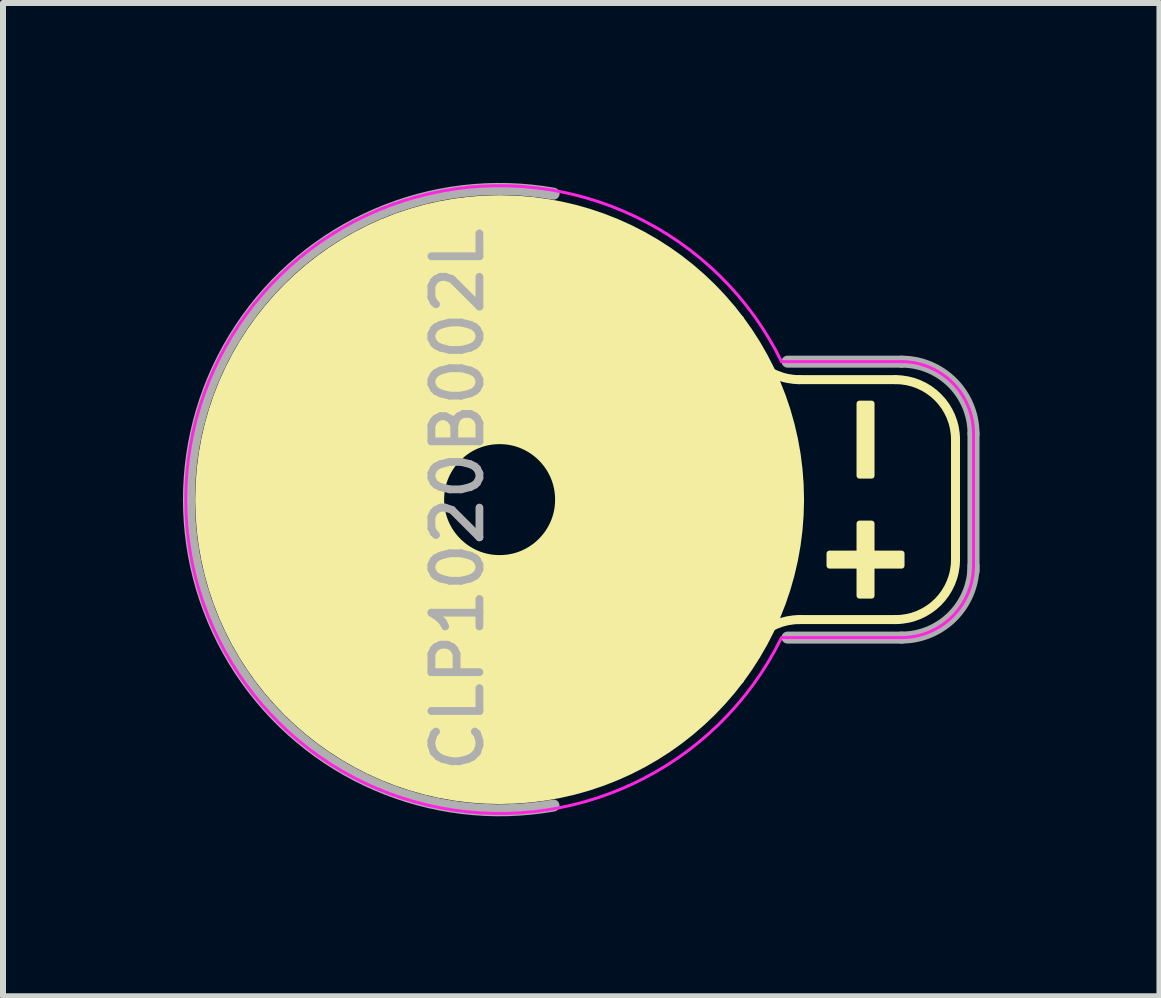
<source format=kicad_pcb>
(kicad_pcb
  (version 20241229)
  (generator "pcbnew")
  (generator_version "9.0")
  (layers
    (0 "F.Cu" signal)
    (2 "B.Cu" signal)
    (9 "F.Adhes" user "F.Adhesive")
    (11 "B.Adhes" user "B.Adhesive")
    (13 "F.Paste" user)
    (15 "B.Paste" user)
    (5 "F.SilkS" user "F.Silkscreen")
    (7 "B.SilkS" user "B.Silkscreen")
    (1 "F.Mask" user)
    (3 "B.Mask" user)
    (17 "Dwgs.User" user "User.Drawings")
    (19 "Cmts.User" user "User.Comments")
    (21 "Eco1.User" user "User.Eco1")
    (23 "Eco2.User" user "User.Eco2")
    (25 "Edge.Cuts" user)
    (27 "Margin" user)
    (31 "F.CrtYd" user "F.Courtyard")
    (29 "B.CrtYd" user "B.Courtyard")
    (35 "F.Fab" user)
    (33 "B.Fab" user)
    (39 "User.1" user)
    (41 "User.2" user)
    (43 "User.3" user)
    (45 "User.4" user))
  (footprint "CLP1020B002L"
    (layer "F.Cu")
    (at 5.279 5.279)
    (property "Reference" "CLP1020B002L" (at -0.7 0 270) (layer "F.Fab") (effects (font (size 0.8 0.8) (thickness 0.13))))
    (attr through_hole)
    (fp_line (start 5 -2) (end 6.6 -2) (stroke (width 0.15) (type solid)) (layer "F.SilkS"))
    (fp_line (start 5 2) (end 6.6 2) (stroke (width 0.15) (type solid)) (layer "F.SilkS"))
    (fp_line (start 7.6 -1) (end 7.6 1) (stroke (width 0.15) (type solid)) (layer "F.SilkS"))
    (fp_arc (start 4 3) (mid 4.292893 2.292893) (end 5 2) (stroke (width 0.15) (type solid)) (layer "F.SilkS"))
    (fp_arc (start 5 -2) (mid 4.292893 -2.292893) (end 4 -3) (stroke (width 0.15) (type solid)) (layer "F.SilkS"))
    (fp_arc (start 6.6 -2) (mid 7.307107 -1.707107) (end 7.6 -1) (stroke (width 0.15) (type solid)) (layer "F.SilkS"))
    (fp_arc (start 7.6 1) (mid 7.307107 1.707107) (end 6.6 2) (stroke (width 0.15) (type solid)) (layer "F.SilkS"))
    (fp_circle (center 0 0) (end 3 0) (stroke (width 4.15) (type solid)) (fill no) (layer "F.SilkS"))
    (fp_poly (pts (xy 5.5 1.1) (xy 5.5 0.9) (xy 6.7 0.9) (xy 6.7 1.1)) (stroke (width 0.1) (type solid)) (fill yes) (layer "F.SilkS"))
    (fp_poly (pts (xy 6 -1.6) (xy 6.2 -1.6) (xy 6.2 -0.4) (xy 6 -0.4)) (stroke (width 0.1) (type solid)) (fill yes) (layer "F.SilkS"))
    (fp_poly (pts (xy 6 0.4) (xy 6.2 0.4) (xy 6.2 1.6) (xy 6 1.6)) (stroke (width 0.1) (type solid)) (fill yes) (layer "F.SilkS"))
    (fp_line (start 6.7 -2.3) (end 4.7 -2.3) (stroke (width 0.05) (type solid)) (layer "F.CrtYd"))
    (fp_line (start 6.7 2.3) (end 4.7 2.3) (stroke (width 0.05) (type solid)) (layer "F.CrtYd"))
    (fp_line (start 7.9 -1.1) (end 7.9 1.1) (stroke (width 0.05) (type solid)) (layer "F.CrtYd"))
    (fp_arc (start 4.689561 2.321211) (mid -5.232577 -0.01182) (end 4.7 -2.3) (stroke (width 0.05) (type solid)) (layer "F.CrtYd"))
    (fp_arc (start 6.7 -2.3) (mid 7.548528 -1.948528) (end 7.9 -1.1) (stroke (width 0.05) (type solid)) (layer "F.CrtYd"))
    (fp_arc (start 7.9 1.1) (mid 7.548528 1.948528) (end 6.7 2.3) (stroke (width 0.05) (type solid)) (layer "F.CrtYd"))
    (fp_line (start 4.8 -2.3) (end 6.7 -2.3) (stroke (width 0.2) (type solid)) (layer "F.Fab"))
    (fp_line (start 4.8 2.3) (end 6.7 2.3) (stroke (width 0.2) (type solid)) (layer "F.Fab"))
    (fp_line (start 7.9 -1.1) (end 7.9 1.2) (stroke (width 0.2) (type solid)) (layer "F.Fab"))
    (fp_arc (start 0.89858 5.100249) (mid -5.178802 -0.00072) (end 0.899999 -5.099999) (stroke (width 0.2) (type solid)) (layer "F.Fab"))
    (fp_arc (start 6.7 -2.3) (mid 7.548528 -1.948528) (end 7.9 -1.1) (stroke (width 0.2) (type solid)) (layer "F.Fab"))
    (fp_arc (start 7.9 1.1) (mid 7.548528 1.948528) (end 6.7 2.3) (stroke (width 0.2) (type solid)) (layer "F.Fab")))
  (gr_rect
    (start -3 -3)
    (end 16.279 13.558)
    (stroke (width 0.1) (type default))
    (fill no)
    (layer "Edge.Cuts")))
</source>
